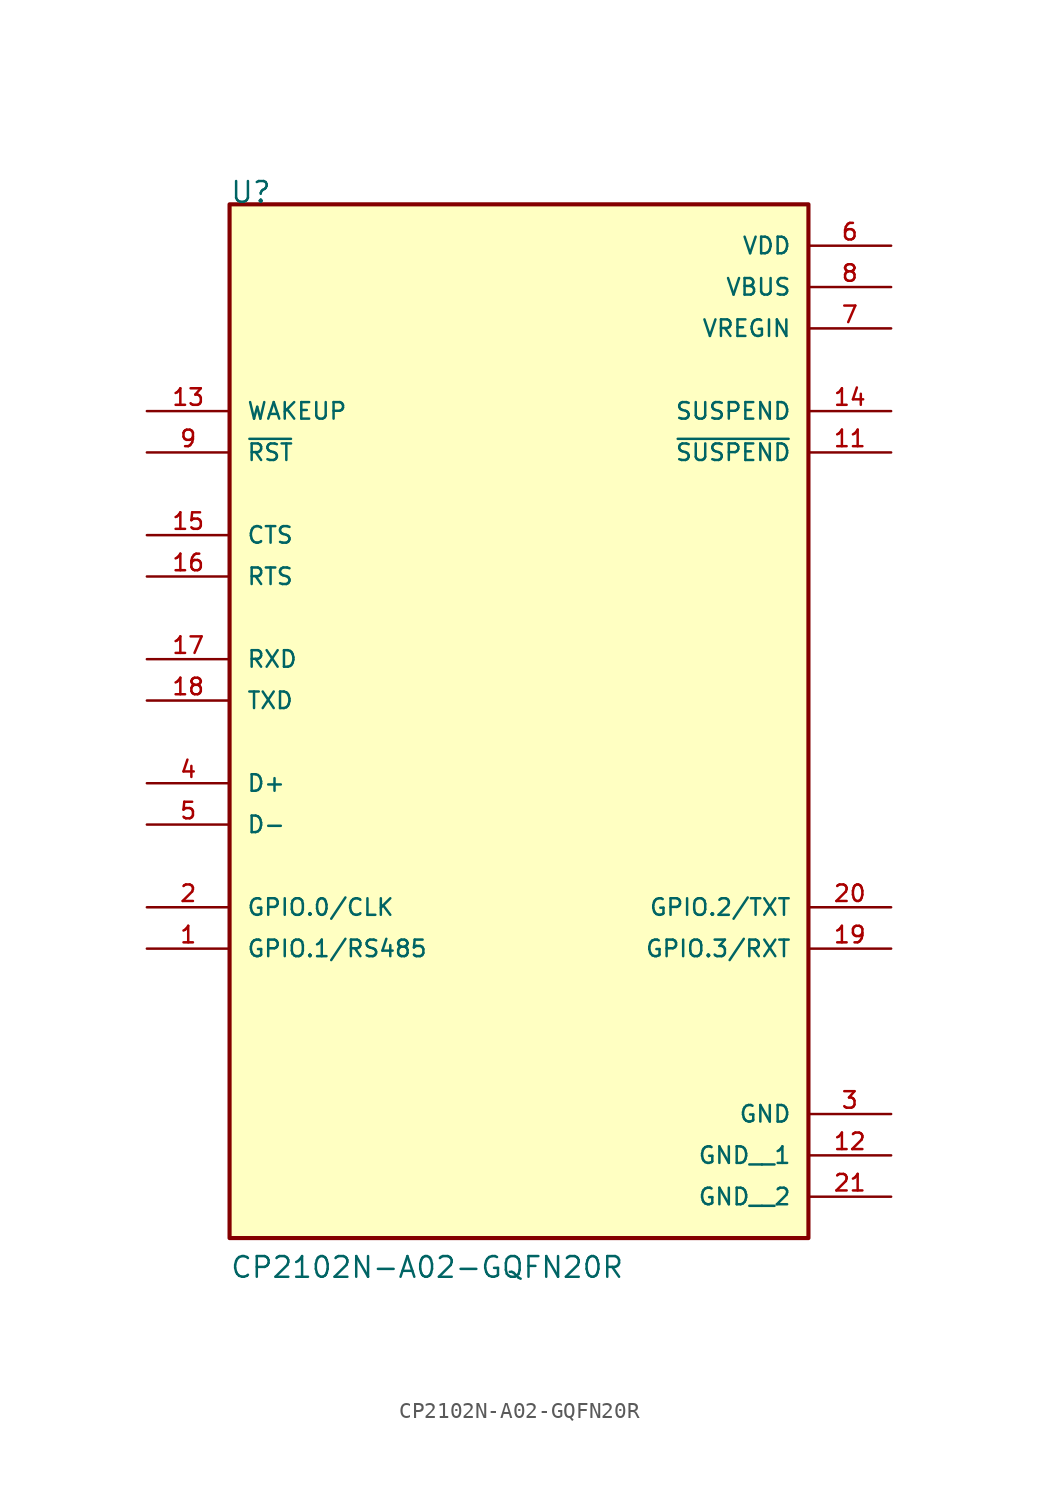
<source format=kicad_sym>
(kicad_symbol_lib
  (version 20211014)
  (generator kicad_symbol_editor)
  (symbol "CP2102N-A02-GQFN20R"
    (pin_names
      (offset 1.016))
    (property "Reference" "U"
      (at -17.78 27.94 0)
      (effects (font (size 1.27 1.27)) (justify bottom left)))
    (property "Value" "CP2102N-A02-GQFN20R"
      (at -17.78 -38.1 0)
      (effects (font (size 1.27 1.27)) (justify bottom left)))
    (symbol "CP2102N-A02-GQFN20R_0_0"
      (rectangle (start -17.78 -35.56) (end 17.78 27.94) (stroke (width 0.254)) (fill (type background)))
      (pin bidirectional line (at -22.86 -17.78 0) (length 5.08) (name "GPIO.1/RS485" (effects (font (size 1.016 1.016)))) (number "1" (effects (font (size 1.016 1.016)))))
      (pin bidirectional line (at -22.86 -15.24 0) (length 5.08) (name "GPIO.0/CLK" (effects (font (size 1.016 1.016)))) (number "2" (effects (font (size 1.016 1.016)))))
      (pin power_in line (at 22.86 -27.94 180.0) (length 5.08) (name "GND" (effects (font (size 1.016 1.016)))) (number "3" (effects (font (size 1.016 1.016)))))
      (pin bidirectional line (at -22.86 -7.62 0) (length 5.08) (name "D+" (effects (font (size 1.016 1.016)))) (number "4" (effects (font (size 1.016 1.016)))))
      (pin bidirectional line (at -22.86 -10.16 0) (length 5.08) (name "D-" (effects (font (size 1.016 1.016)))) (number "5" (effects (font (size 1.016 1.016)))))
      (pin power_in line (at 22.86 25.4 180.0) (length 5.08) (name "VDD" (effects (font (size 1.016 1.016)))) (number "6" (effects (font (size 1.016 1.016)))))
      (pin power_in line (at 22.86 20.32 180.0) (length 5.08) (name "VREGIN" (effects (font (size 1.016 1.016)))) (number "7" (effects (font (size 1.016 1.016)))))
      (pin power_in line (at 22.86 22.86 180.0) (length 5.08) (name "VBUS" (effects (font (size 1.016 1.016)))) (number "8" (effects (font (size 1.016 1.016)))))
      (pin input line (at -22.86 12.7 0) (length 5.08) (name "~{RST}" (effects (font (size 1.016 1.016)))) (number "9" (effects (font (size 1.016 1.016)))))
      (pin output line (at 22.86 12.7 180.0) (length 5.08) (name "~{SUSPEND}" (effects (font (size 1.016 1.016)))) (number "11" (effects (font (size 1.016 1.016)))))
      (pin input line (at -22.86 15.24 0) (length 5.08) (name "WAKEUP" (effects (font (size 1.016 1.016)))) (number "13" (effects (font (size 1.016 1.016)))))
      (pin output line (at 22.86 15.24 180.0) (length 5.08) (name "SUSPEND" (effects (font (size 1.016 1.016)))) (number "14" (effects (font (size 1.016 1.016)))))
      (pin input line (at -22.86 7.62 0) (length 5.08) (name "CTS" (effects (font (size 1.016 1.016)))) (number "15" (effects (font (size 1.016 1.016)))))
      (pin output line (at -22.86 5.08 0) (length 5.08) (name "RTS" (effects (font (size 1.016 1.016)))) (number "16" (effects (font (size 1.016 1.016)))))
      (pin input line (at -22.86 0.0 0) (length 5.08) (name "RXD" (effects (font (size 1.016 1.016)))) (number "17" (effects (font (size 1.016 1.016)))))
      (pin output line (at -22.86 -2.54 0) (length 5.08) (name "TXD" (effects (font (size 1.016 1.016)))) (number "18" (effects (font (size 1.016 1.016)))))
      (pin bidirectional line (at 22.86 -17.78 180.0) (length 5.08) (name "GPIO.3/RXT" (effects (font (size 1.016 1.016)))) (number "19" (effects (font (size 1.016 1.016)))))
      (pin bidirectional line (at 22.86 -15.24 180.0) (length 5.08) (name "GPIO.2/TXT" (effects (font (size 1.016 1.016)))) (number "20" (effects (font (size 1.016 1.016)))))
      (pin power_in line (at 22.86 -30.48 180.0) (length 5.08) (name "GND__1" (effects (font (size 1.016 1.016)))) (number "12" (effects (font (size 1.016 1.016)))))
      (pin power_in line (at 22.86 -33.02 180.0) (length 5.08) (name "GND__2" (effects (font (size 1.016 1.016)))) (number "21" (effects (font (size 1.016 1.016))))))))
</source>
